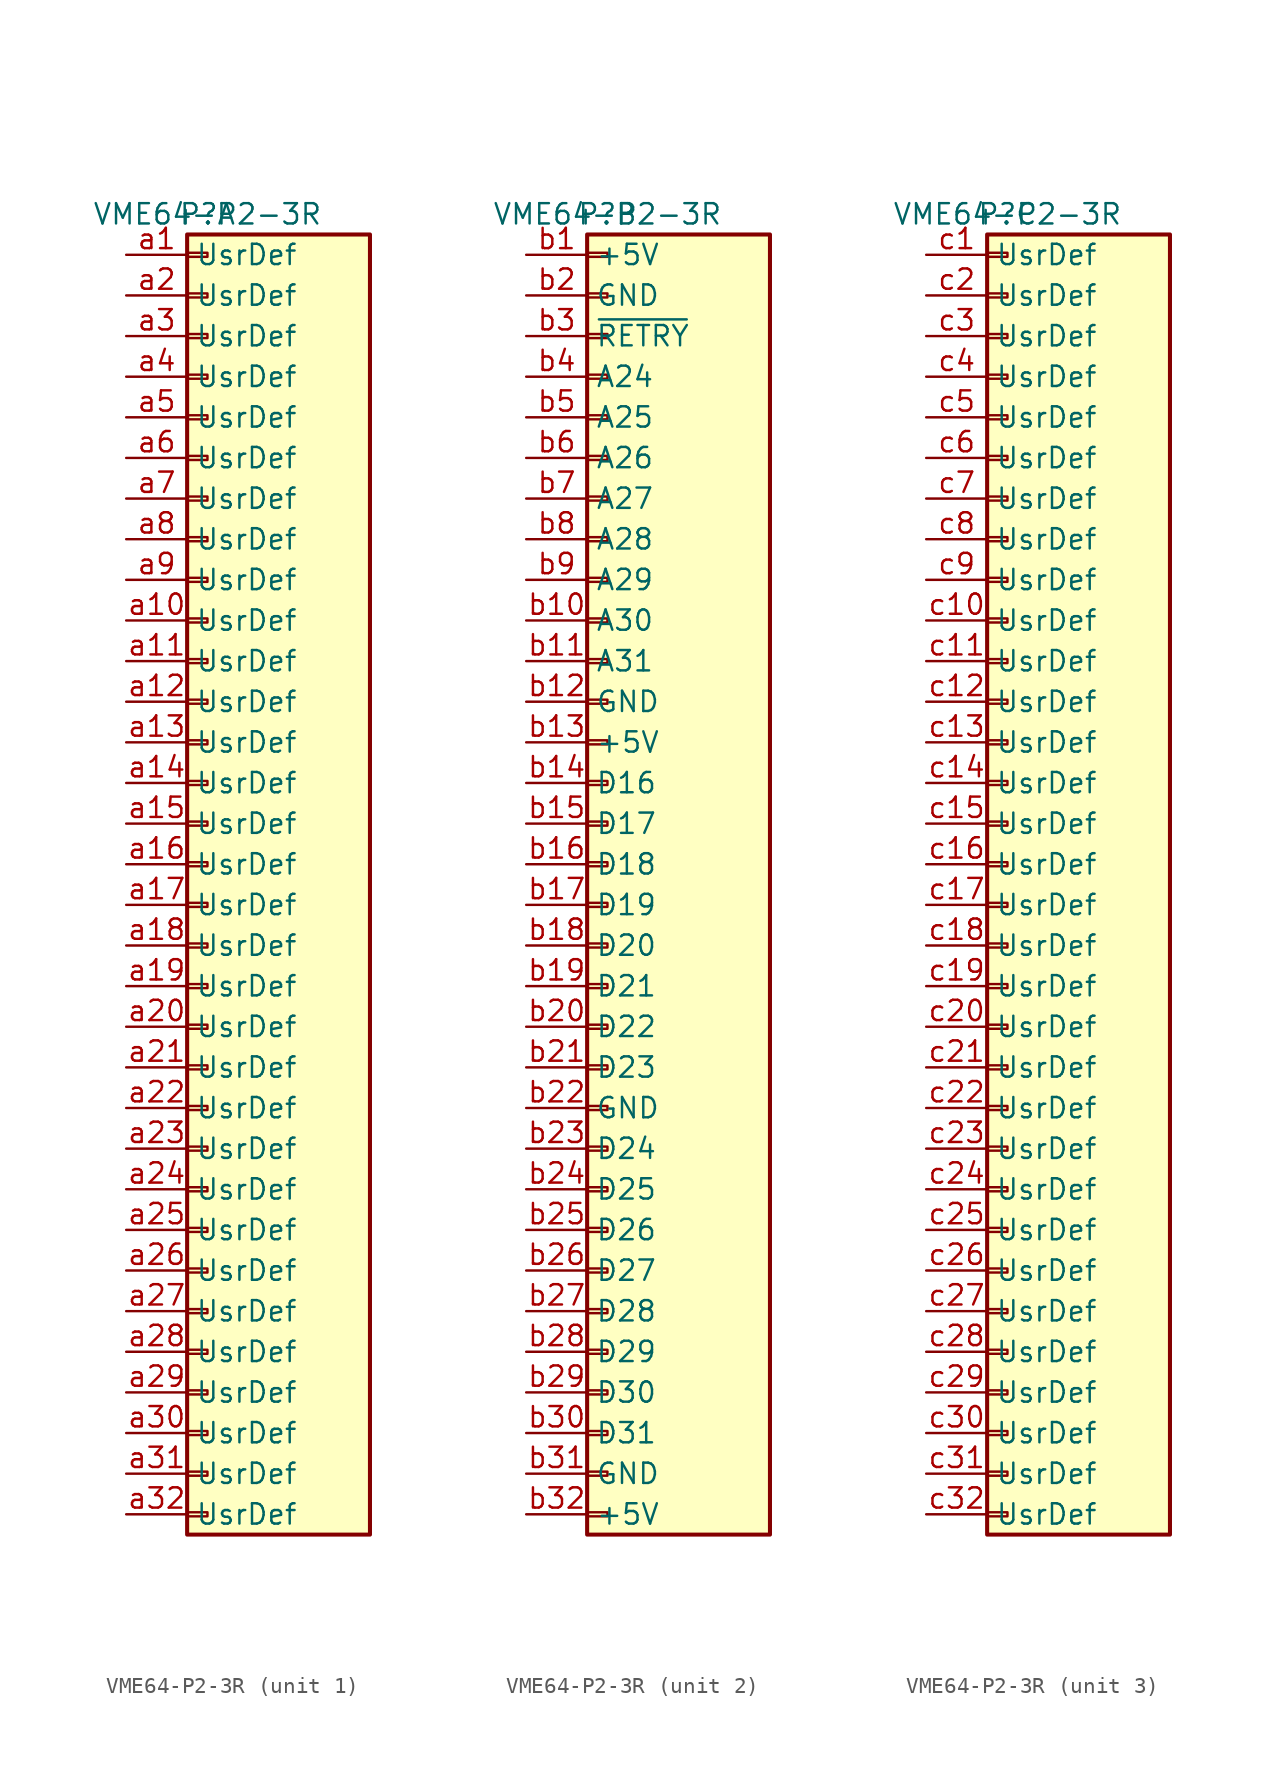
<source format=kicad_sym>
(kicad_symbol_lib
  (version 20231120)
  (generator "kicad_symbol_editor")
  (generator_version "8.0")
  (symbol "VME64-P2-3R"
    (property "Reference" "P"
      (at 0 40.64 0)
      (effects (font (size 1.27 1.27))))
    (property "Value" "VME64-P2-3R"
      (at 0 40.64 0)
      (effects (font (size 1.27 1.27))))
    (property "ki_locked" ""
      (at 0 0 0)
      (effects (font (size 1.27 1.27))))
    (symbol "VME64-P2-3R_1_1"
      (rectangle (start -1.27 -40.513) (end 0 -40.767) (stroke (width 0.152) (type default)) (fill (type none)))
      (rectangle (start -1.27 -37.973) (end 0 -38.227) (stroke (width 0.152) (type default)) (fill (type none)))
      (rectangle (start -1.27 -35.433) (end 0 -35.687) (stroke (width 0.152) (type default)) (fill (type none)))
      (rectangle (start -1.27 -32.893) (end 0 -33.147) (stroke (width 0.152) (type default)) (fill (type none)))
      (rectangle (start -1.27 -30.353) (end 0 -30.607) (stroke (width 0.152) (type default)) (fill (type none)))
      (rectangle (start -1.27 -27.813) (end 0 -28.067) (stroke (width 0.152) (type default)) (fill (type none)))
      (rectangle (start -1.27 -25.273) (end 0 -25.527) (stroke (width 0.152) (type default)) (fill (type none)))
      (rectangle (start -1.27 -22.733) (end 0 -22.987) (stroke (width 0.152) (type default)) (fill (type none)))
      (rectangle (start -1.27 -20.193) (end 0 -20.447) (stroke (width 0.152) (type default)) (fill (type none)))
      (rectangle (start -1.27 -17.653) (end 0 -17.907) (stroke (width 0.152) (type default)) (fill (type none)))
      (rectangle (start -1.27 -15.113) (end 0 -15.367) (stroke (width 0.152) (type default)) (fill (type none)))
      (rectangle (start -1.27 -12.573) (end 0 -12.827) (stroke (width 0.152) (type default)) (fill (type none)))
      (rectangle (start -1.27 -10.033) (end 0 -10.287) (stroke (width 0.152) (type default)) (fill (type none)))
      (rectangle (start -1.27 -7.493) (end 0 -7.747) (stroke (width 0.152) (type default)) (fill (type none)))
      (rectangle (start -1.27 -4.953) (end 0 -5.207) (stroke (width 0.152) (type default)) (fill (type none)))
      (rectangle (start -1.27 -2.413) (end 0 -2.667) (stroke (width 0.152) (type default)) (fill (type none)))
      (rectangle (start -1.27 0.127) (end 0 -0.127) (stroke (width 0.152) (type default)) (fill (type none)))
      (rectangle (start -1.27 2.667) (end 0 2.413) (stroke (width 0.152) (type default)) (fill (type none)))
      (rectangle (start -1.27 5.207) (end 0 4.953) (stroke (width 0.152) (type default)) (fill (type none)))
      (rectangle (start -1.27 7.747) (end 0 7.493) (stroke (width 0.152) (type default)) (fill (type none)))
      (rectangle (start -1.27 10.287) (end 0 10.033) (stroke (width 0.152) (type default)) (fill (type none)))
      (rectangle (start -1.27 12.827) (end 0 12.573) (stroke (width 0.152) (type default)) (fill (type none)))
      (rectangle (start -1.27 15.367) (end 0 15.113) (stroke (width 0.152) (type default)) (fill (type none)))
      (rectangle (start -1.27 17.907) (end 0 17.653) (stroke (width 0.152) (type default)) (fill (type none)))
      (rectangle (start -1.27 20.447) (end 0 20.193) (stroke (width 0.152) (type default)) (fill (type none)))
      (rectangle (start -1.27 22.987) (end 0 22.733) (stroke (width 0.152) (type default)) (fill (type none)))
      (rectangle (start -1.27 25.527) (end 0 25.273) (stroke (width 0.152) (type default)) (fill (type none)))
      (rectangle (start -1.27 28.067) (end 0 27.813) (stroke (width 0.152) (type default)) (fill (type none)))
      (rectangle (start -1.27 30.607) (end 0 30.353) (stroke (width 0.152) (type default)) (fill (type none)))
      (rectangle (start -1.27 33.147) (end 0 32.893) (stroke (width 0.152) (type default)) (fill (type none)))
      (rectangle (start -1.27 35.687) (end 0 35.433) (stroke (width 0.152) (type default)) (fill (type none)))
      (rectangle (start -1.27 38.227) (end 0 37.973) (stroke (width 0.152) (type default)) (fill (type none)))
      (rectangle (start -1.27 39.37) (end 10.16 -41.91) (stroke (width 0.254) (type default)) (fill (type background)))
      (pin bidirectional line (at -5.08 38.1 0) (length 3.81) (name "UsrDef" (effects (font (size 1.27 1.27)))) (number "a1" (effects (font (size 1.27 1.27)))))
      (pin bidirectional line (at -5.08 15.24 0) (length 3.81) (name "UsrDef" (effects (font (size 1.27 1.27)))) (number "a10" (effects (font (size 1.27 1.27)))))
      (pin bidirectional line (at -5.08 12.7 0) (length 3.81) (name "UsrDef" (effects (font (size 1.27 1.27)))) (number "a11" (effects (font (size 1.27 1.27)))))
      (pin bidirectional line (at -5.08 10.16 0) (length 3.81) (name "UsrDef" (effects (font (size 1.27 1.27)))) (number "a12" (effects (font (size 1.27 1.27)))))
      (pin bidirectional line (at -5.08 7.62 0) (length 3.81) (name "UsrDef" (effects (font (size 1.27 1.27)))) (number "a13" (effects (font (size 1.27 1.27)))))
      (pin bidirectional line (at -5.08 5.08 0) (length 3.81) (name "UsrDef" (effects (font (size 1.27 1.27)))) (number "a14" (effects (font (size 1.27 1.27)))))
      (pin bidirectional line (at -5.08 2.54 0) (length 3.81) (name "UsrDef" (effects (font (size 1.27 1.27)))) (number "a15" (effects (font (size 1.27 1.27)))))
      (pin bidirectional line (at -5.08 0 0) (length 3.81) (name "UsrDef" (effects (font (size 1.27 1.27)))) (number "a16" (effects (font (size 1.27 1.27)))))
      (pin bidirectional line (at -5.08 -2.54 0) (length 3.81) (name "UsrDef" (effects (font (size 1.27 1.27)))) (number "a17" (effects (font (size 1.27 1.27)))))
      (pin bidirectional line (at -5.08 -5.08 0) (length 3.81) (name "UsrDef" (effects (font (size 1.27 1.27)))) (number "a18" (effects (font (size 1.27 1.27)))))
      (pin bidirectional line (at -5.08 -7.62 0) (length 3.81) (name "UsrDef" (effects (font (size 1.27 1.27)))) (number "a19" (effects (font (size 1.27 1.27)))))
      (pin bidirectional line (at -5.08 35.56 0) (length 3.81) (name "UsrDef" (effects (font (size 1.27 1.27)))) (number "a2" (effects (font (size 1.27 1.27)))))
      (pin bidirectional line (at -5.08 -10.16 0) (length 3.81) (name "UsrDef" (effects (font (size 1.27 1.27)))) (number "a20" (effects (font (size 1.27 1.27)))))
      (pin bidirectional line (at -5.08 -12.7 0) (length 3.81) (name "UsrDef" (effects (font (size 1.27 1.27)))) (number "a21" (effects (font (size 1.27 1.27)))))
      (pin bidirectional line (at -5.08 -15.24 0) (length 3.81) (name "UsrDef" (effects (font (size 1.27 1.27)))) (number "a22" (effects (font (size 1.27 1.27)))))
      (pin bidirectional line (at -5.08 -17.78 0) (length 3.81) (name "UsrDef" (effects (font (size 1.27 1.27)))) (number "a23" (effects (font (size 1.27 1.27)))))
      (pin bidirectional line (at -5.08 -20.32 0) (length 3.81) (name "UsrDef" (effects (font (size 1.27 1.27)))) (number "a24" (effects (font (size 1.27 1.27)))))
      (pin bidirectional line (at -5.08 -22.86 0) (length 3.81) (name "UsrDef" (effects (font (size 1.27 1.27)))) (number "a25" (effects (font (size 1.27 1.27)))))
      (pin bidirectional line (at -5.08 -25.4 0) (length 3.81) (name "UsrDef" (effects (font (size 1.27 1.27)))) (number "a26" (effects (font (size 1.27 1.27)))))
      (pin bidirectional line (at -5.08 -27.94 0) (length 3.81) (name "UsrDef" (effects (font (size 1.27 1.27)))) (number "a27" (effects (font (size 1.27 1.27)))))
      (pin bidirectional line (at -5.08 -30.48 0) (length 3.81) (name "UsrDef" (effects (font (size 1.27 1.27)))) (number "a28" (effects (font (size 1.27 1.27)))))
      (pin bidirectional line (at -5.08 -33.02 0) (length 3.81) (name "UsrDef" (effects (font (size 1.27 1.27)))) (number "a29" (effects (font (size 1.27 1.27)))))
      (pin bidirectional line (at -5.08 33.02 0) (length 3.81) (name "UsrDef" (effects (font (size 1.27 1.27)))) (number "a3" (effects (font (size 1.27 1.27)))))
      (pin bidirectional line (at -5.08 -35.56 0) (length 3.81) (name "UsrDef" (effects (font (size 1.27 1.27)))) (number "a30" (effects (font (size 1.27 1.27)))))
      (pin bidirectional line (at -5.08 -38.1 0) (length 3.81) (name "UsrDef" (effects (font (size 1.27 1.27)))) (number "a31" (effects (font (size 1.27 1.27)))))
      (pin bidirectional line (at -5.08 -40.64 0) (length 3.81) (name "UsrDef" (effects (font (size 1.27 1.27)))) (number "a32" (effects (font (size 1.27 1.27)))))
      (pin bidirectional line (at -5.08 30.48 0) (length 3.81) (name "UsrDef" (effects (font (size 1.27 1.27)))) (number "a4" (effects (font (size 1.27 1.27)))))
      (pin bidirectional line (at -5.08 27.94 0) (length 3.81) (name "UsrDef" (effects (font (size 1.27 1.27)))) (number "a5" (effects (font (size 1.27 1.27)))))
      (pin bidirectional line (at -5.08 25.4 0) (length 3.81) (name "UsrDef" (effects (font (size 1.27 1.27)))) (number "a6" (effects (font (size 1.27 1.27)))))
      (pin bidirectional line (at -5.08 22.86 0) (length 3.81) (name "UsrDef" (effects (font (size 1.27 1.27)))) (number "a7" (effects (font (size 1.27 1.27)))))
      (pin bidirectional line (at -5.08 20.32 0) (length 3.81) (name "UsrDef" (effects (font (size 1.27 1.27)))) (number "a8" (effects (font (size 1.27 1.27)))))
      (pin bidirectional line (at -5.08 17.78 0) (length 3.81) (name "UsrDef" (effects (font (size 1.27 1.27)))) (number "a9" (effects (font (size 1.27 1.27))))))
    (symbol "VME64-P2-3R_2_1"
      (rectangle (start -1.27 -40.513) (end 0 -40.767) (stroke (width 0.152) (type default)) (fill (type none)))
      (rectangle (start -1.27 -37.973) (end 0 -38.227) (stroke (width 0.152) (type default)) (fill (type none)))
      (rectangle (start -1.27 -35.433) (end 0 -35.687) (stroke (width 0.152) (type default)) (fill (type none)))
      (rectangle (start -1.27 -32.893) (end 0 -33.147) (stroke (width 0.152) (type default)) (fill (type none)))
      (rectangle (start -1.27 -30.353) (end 0 -30.607) (stroke (width 0.152) (type default)) (fill (type none)))
      (rectangle (start -1.27 -27.813) (end 0 -28.067) (stroke (width 0.152) (type default)) (fill (type none)))
      (rectangle (start -1.27 -25.273) (end 0 -25.527) (stroke (width 0.152) (type default)) (fill (type none)))
      (rectangle (start -1.27 -22.733) (end 0 -22.987) (stroke (width 0.152) (type default)) (fill (type none)))
      (rectangle (start -1.27 -20.193) (end 0 -20.447) (stroke (width 0.152) (type default)) (fill (type none)))
      (rectangle (start -1.27 -17.653) (end 0 -17.907) (stroke (width 0.152) (type default)) (fill (type none)))
      (rectangle (start -1.27 -15.113) (end 0 -15.367) (stroke (width 0.152) (type default)) (fill (type none)))
      (rectangle (start -1.27 -12.573) (end 0 -12.827) (stroke (width 0.152) (type default)) (fill (type none)))
      (rectangle (start -1.27 -10.033) (end 0 -10.287) (stroke (width 0.152) (type default)) (fill (type none)))
      (rectangle (start -1.27 -7.493) (end 0 -7.747) (stroke (width 0.152) (type default)) (fill (type none)))
      (rectangle (start -1.27 -4.953) (end 0 -5.207) (stroke (width 0.152) (type default)) (fill (type none)))
      (rectangle (start -1.27 -2.413) (end 0 -2.667) (stroke (width 0.152) (type default)) (fill (type none)))
      (rectangle (start -1.27 0.127) (end 0 -0.127) (stroke (width 0.152) (type default)) (fill (type none)))
      (rectangle (start -1.27 2.667) (end 0 2.413) (stroke (width 0.152) (type default)) (fill (type none)))
      (rectangle (start -1.27 5.207) (end 0 4.953) (stroke (width 0.152) (type default)) (fill (type none)))
      (rectangle (start -1.27 7.747) (end 0 7.493) (stroke (width 0.152) (type default)) (fill (type none)))
      (rectangle (start -1.27 10.287) (end 0 10.033) (stroke (width 0.152) (type default)) (fill (type none)))
      (rectangle (start -1.27 12.827) (end 0 12.573) (stroke (width 0.152) (type default)) (fill (type none)))
      (rectangle (start -1.27 15.367) (end 0 15.113) (stroke (width 0.152) (type default)) (fill (type none)))
      (rectangle (start -1.27 17.907) (end 0 17.653) (stroke (width 0.152) (type default)) (fill (type none)))
      (rectangle (start -1.27 20.447) (end 0 20.193) (stroke (width 0.152) (type default)) (fill (type none)))
      (rectangle (start -1.27 22.987) (end 0 22.733) (stroke (width 0.152) (type default)) (fill (type none)))
      (rectangle (start -1.27 25.527) (end 0 25.273) (stroke (width 0.152) (type default)) (fill (type none)))
      (rectangle (start -1.27 28.067) (end 0 27.813) (stroke (width 0.152) (type default)) (fill (type none)))
      (rectangle (start -1.27 30.607) (end 0 30.353) (stroke (width 0.152) (type default)) (fill (type none)))
      (rectangle (start -1.27 33.147) (end 0 32.893) (stroke (width 0.152) (type default)) (fill (type none)))
      (rectangle (start -1.27 35.687) (end 0 35.433) (stroke (width 0.152) (type default)) (fill (type none)))
      (rectangle (start -1.27 38.227) (end 0 37.973) (stroke (width 0.152) (type default)) (fill (type none)))
      (rectangle (start -1.27 39.37) (end 10.16 -41.91) (stroke (width 0.254) (type default)) (fill (type background)))
      (pin power_out line (at -5.08 38.1 0) (length 3.81) (name "+5V" (effects (font (size 1.27 1.27)))) (number "b1" (effects (font (size 1.27 1.27)))))
      (pin bidirectional line (at -5.08 15.24 0) (length 3.81) (name "A30" (effects (font (size 1.27 1.27)))) (number "b10" (effects (font (size 1.27 1.27)))))
      (pin bidirectional line (at -5.08 12.7 0) (length 3.81) (name "A31" (effects (font (size 1.27 1.27)))) (number "b11" (effects (font (size 1.27 1.27)))))
      (pin power_out line (at -5.08 10.16 0) (length 3.81) (name "GND" (effects (font (size 1.27 1.27)))) (number "b12" (effects (font (size 1.27 1.27)))))
      (pin power_out line (at -5.08 7.62 0) (length 3.81) (name "+5V" (effects (font (size 1.27 1.27)))) (number "b13" (effects (font (size 1.27 1.27)))))
      (pin bidirectional line (at -5.08 5.08 0) (length 3.81) (name "D16" (effects (font (size 1.27 1.27)))) (number "b14" (effects (font (size 1.27 1.27)))))
      (pin bidirectional line (at -5.08 2.54 0) (length 3.81) (name "D17" (effects (font (size 1.27 1.27)))) (number "b15" (effects (font (size 1.27 1.27)))))
      (pin bidirectional line (at -5.08 0 0) (length 3.81) (name "D18" (effects (font (size 1.27 1.27)))) (number "b16" (effects (font (size 1.27 1.27)))))
      (pin bidirectional line (at -5.08 -2.54 0) (length 3.81) (name "D19" (effects (font (size 1.27 1.27)))) (number "b17" (effects (font (size 1.27 1.27)))))
      (pin bidirectional line (at -5.08 -5.08 0) (length 3.81) (name "D20" (effects (font (size 1.27 1.27)))) (number "b18" (effects (font (size 1.27 1.27)))))
      (pin bidirectional line (at -5.08 -7.62 0) (length 3.81) (name "D21" (effects (font (size 1.27 1.27)))) (number "b19" (effects (font (size 1.27 1.27)))))
      (pin power_out line (at -5.08 35.56 0) (length 3.81) (name "GND" (effects (font (size 1.27 1.27)))) (number "b2" (effects (font (size 1.27 1.27)))))
      (pin bidirectional line (at -5.08 -10.16 0) (length 3.81) (name "D22" (effects (font (size 1.27 1.27)))) (number "b20" (effects (font (size 1.27 1.27)))))
      (pin bidirectional line (at -5.08 -12.7 0) (length 3.81) (name "D23" (effects (font (size 1.27 1.27)))) (number "b21" (effects (font (size 1.27 1.27)))))
      (pin power_out line (at -5.08 -15.24 0) (length 3.81) (name "GND" (effects (font (size 1.27 1.27)))) (number "b22" (effects (font (size 1.27 1.27)))))
      (pin bidirectional line (at -5.08 -17.78 0) (length 3.81) (name "D24" (effects (font (size 1.27 1.27)))) (number "b23" (effects (font (size 1.27 1.27)))))
      (pin bidirectional line (at -5.08 -20.32 0) (length 3.81) (name "D25" (effects (font (size 1.27 1.27)))) (number "b24" (effects (font (size 1.27 1.27)))))
      (pin bidirectional line (at -5.08 -22.86 0) (length 3.81) (name "D26" (effects (font (size 1.27 1.27)))) (number "b25" (effects (font (size 1.27 1.27)))))
      (pin bidirectional line (at -5.08 -25.4 0) (length 3.81) (name "D27" (effects (font (size 1.27 1.27)))) (number "b26" (effects (font (size 1.27 1.27)))))
      (pin bidirectional line (at -5.08 -27.94 0) (length 3.81) (name "D28" (effects (font (size 1.27 1.27)))) (number "b27" (effects (font (size 1.27 1.27)))))
      (pin bidirectional line (at -5.08 -30.48 0) (length 3.81) (name "D29" (effects (font (size 1.27 1.27)))) (number "b28" (effects (font (size 1.27 1.27)))))
      (pin bidirectional line (at -5.08 -33.02 0) (length 3.81) (name "D30" (effects (font (size 1.27 1.27)))) (number "b29" (effects (font (size 1.27 1.27)))))
      (pin bidirectional line (at -5.08 33.02 0) (length 3.81) (name "~{RETRY}" (effects (font (size 1.27 1.27)))) (number "b3" (effects (font (size 1.27 1.27)))))
      (pin bidirectional line (at -5.08 -35.56 0) (length 3.81) (name "D31" (effects (font (size 1.27 1.27)))) (number "b30" (effects (font (size 1.27 1.27)))))
      (pin power_out line (at -5.08 -38.1 0) (length 3.81) (name "GND" (effects (font (size 1.27 1.27)))) (number "b31" (effects (font (size 1.27 1.27)))))
      (pin power_out line (at -5.08 -40.64 0) (length 3.81) (name "+5V" (effects (font (size 1.27 1.27)))) (number "b32" (effects (font (size 1.27 1.27)))))
      (pin bidirectional line (at -5.08 30.48 0) (length 3.81) (name "A24" (effects (font (size 1.27 1.27)))) (number "b4" (effects (font (size 1.27 1.27)))))
      (pin bidirectional line (at -5.08 27.94 0) (length 3.81) (name "A25" (effects (font (size 1.27 1.27)))) (number "b5" (effects (font (size 1.27 1.27)))))
      (pin bidirectional line (at -5.08 25.4 0) (length 3.81) (name "A26" (effects (font (size 1.27 1.27)))) (number "b6" (effects (font (size 1.27 1.27)))))
      (pin bidirectional line (at -5.08 22.86 0) (length 3.81) (name "A27" (effects (font (size 1.27 1.27)))) (number "b7" (effects (font (size 1.27 1.27)))))
      (pin bidirectional line (at -5.08 20.32 0) (length 3.81) (name "A28" (effects (font (size 1.27 1.27)))) (number "b8" (effects (font (size 1.27 1.27)))))
      (pin bidirectional line (at -5.08 17.78 0) (length 3.81) (name "A29" (effects (font (size 1.27 1.27)))) (number "b9" (effects (font (size 1.27 1.27))))))
    (symbol "VME64-P2-3R_3_1"
      (rectangle (start -1.27 -40.513) (end 0 -40.767) (stroke (width 0.152) (type default)) (fill (type none)))
      (rectangle (start -1.27 -37.973) (end 0 -38.227) (stroke (width 0.152) (type default)) (fill (type none)))
      (rectangle (start -1.27 -35.433) (end 0 -35.687) (stroke (width 0.152) (type default)) (fill (type none)))
      (rectangle (start -1.27 -32.893) (end 0 -33.147) (stroke (width 0.152) (type default)) (fill (type none)))
      (rectangle (start -1.27 -30.353) (end 0 -30.607) (stroke (width 0.152) (type default)) (fill (type none)))
      (rectangle (start -1.27 -27.813) (end 0 -28.067) (stroke (width 0.152) (type default)) (fill (type none)))
      (rectangle (start -1.27 -25.273) (end 0 -25.527) (stroke (width 0.152) (type default)) (fill (type none)))
      (rectangle (start -1.27 -22.733) (end 0 -22.987) (stroke (width 0.152) (type default)) (fill (type none)))
      (rectangle (start -1.27 -20.193) (end 0 -20.447) (stroke (width 0.152) (type default)) (fill (type none)))
      (rectangle (start -1.27 -17.653) (end 0 -17.907) (stroke (width 0.152) (type default)) (fill (type none)))
      (rectangle (start -1.27 -15.113) (end 0 -15.367) (stroke (width 0.152) (type default)) (fill (type none)))
      (rectangle (start -1.27 -12.573) (end 0 -12.827) (stroke (width 0.152) (type default)) (fill (type none)))
      (rectangle (start -1.27 -10.033) (end 0 -10.287) (stroke (width 0.152) (type default)) (fill (type none)))
      (rectangle (start -1.27 -7.493) (end 0 -7.747) (stroke (width 0.152) (type default)) (fill (type none)))
      (rectangle (start -1.27 -4.953) (end 0 -5.207) (stroke (width 0.152) (type default)) (fill (type none)))
      (rectangle (start -1.27 -2.413) (end 0 -2.667) (stroke (width 0.152) (type default)) (fill (type none)))
      (rectangle (start -1.27 0.127) (end 0 -0.127) (stroke (width 0.152) (type default)) (fill (type none)))
      (rectangle (start -1.27 2.667) (end 0 2.413) (stroke (width 0.152) (type default)) (fill (type none)))
      (rectangle (start -1.27 5.207) (end 0 4.953) (stroke (width 0.152) (type default)) (fill (type none)))
      (rectangle (start -1.27 7.747) (end 0 7.493) (stroke (width 0.152) (type default)) (fill (type none)))
      (rectangle (start -1.27 10.287) (end 0 10.033) (stroke (width 0.152) (type default)) (fill (type none)))
      (rectangle (start -1.27 12.827) (end 0 12.573) (stroke (width 0.152) (type default)) (fill (type none)))
      (rectangle (start -1.27 15.367) (end 0 15.113) (stroke (width 0.152) (type default)) (fill (type none)))
      (rectangle (start -1.27 17.907) (end 0 17.653) (stroke (width 0.152) (type default)) (fill (type none)))
      (rectangle (start -1.27 20.447) (end 0 20.193) (stroke (width 0.152) (type default)) (fill (type none)))
      (rectangle (start -1.27 22.987) (end 0 22.733) (stroke (width 0.152) (type default)) (fill (type none)))
      (rectangle (start -1.27 25.527) (end 0 25.273) (stroke (width 0.152) (type default)) (fill (type none)))
      (rectangle (start -1.27 28.067) (end 0 27.813) (stroke (width 0.152) (type default)) (fill (type none)))
      (rectangle (start -1.27 30.607) (end 0 30.353) (stroke (width 0.152) (type default)) (fill (type none)))
      (rectangle (start -1.27 33.147) (end 0 32.893) (stroke (width 0.152) (type default)) (fill (type none)))
      (rectangle (start -1.27 35.687) (end 0 35.433) (stroke (width 0.152) (type default)) (fill (type none)))
      (rectangle (start -1.27 38.227) (end 0 37.973) (stroke (width 0.152) (type default)) (fill (type none)))
      (rectangle (start -1.27 39.37) (end 10.16 -41.91) (stroke (width 0.254) (type default)) (fill (type background)))
      (pin bidirectional line (at -5.08 38.1 0) (length 3.81) (name "UsrDef" (effects (font (size 1.27 1.27)))) (number "c1" (effects (font (size 1.27 1.27)))))
      (pin bidirectional line (at -5.08 15.24 0) (length 3.81) (name "UsrDef" (effects (font (size 1.27 1.27)))) (number "c10" (effects (font (size 1.27 1.27)))))
      (pin bidirectional line (at -5.08 12.7 0) (length 3.81) (name "UsrDef" (effects (font (size 1.27 1.27)))) (number "c11" (effects (font (size 1.27 1.27)))))
      (pin bidirectional line (at -5.08 10.16 0) (length 3.81) (name "UsrDef" (effects (font (size 1.27 1.27)))) (number "c12" (effects (font (size 1.27 1.27)))))
      (pin bidirectional line (at -5.08 7.62 0) (length 3.81) (name "UsrDef" (effects (font (size 1.27 1.27)))) (number "c13" (effects (font (size 1.27 1.27)))))
      (pin bidirectional line (at -5.08 5.08 0) (length 3.81) (name "UsrDef" (effects (font (size 1.27 1.27)))) (number "c14" (effects (font (size 1.27 1.27)))))
      (pin bidirectional line (at -5.08 2.54 0) (length 3.81) (name "UsrDef" (effects (font (size 1.27 1.27)))) (number "c15" (effects (font (size 1.27 1.27)))))
      (pin bidirectional line (at -5.08 0 0) (length 3.81) (name "UsrDef" (effects (font (size 1.27 1.27)))) (number "c16" (effects (font (size 1.27 1.27)))))
      (pin bidirectional line (at -5.08 -2.54 0) (length 3.81) (name "UsrDef" (effects (font (size 1.27 1.27)))) (number "c17" (effects (font (size 1.27 1.27)))))
      (pin bidirectional line (at -5.08 -5.08 0) (length 3.81) (name "UsrDef" (effects (font (size 1.27 1.27)))) (number "c18" (effects (font (size 1.27 1.27)))))
      (pin bidirectional line (at -5.08 -7.62 0) (length 3.81) (name "UsrDef" (effects (font (size 1.27 1.27)))) (number "c19" (effects (font (size 1.27 1.27)))))
      (pin bidirectional line (at -5.08 35.56 0) (length 3.81) (name "UsrDef" (effects (font (size 1.27 1.27)))) (number "c2" (effects (font (size 1.27 1.27)))))
      (pin bidirectional line (at -5.08 -10.16 0) (length 3.81) (name "UsrDef" (effects (font (size 1.27 1.27)))) (number "c20" (effects (font (size 1.27 1.27)))))
      (pin bidirectional line (at -5.08 -12.7 0) (length 3.81) (name "UsrDef" (effects (font (size 1.27 1.27)))) (number "c21" (effects (font (size 1.27 1.27)))))
      (pin bidirectional line (at -5.08 -15.24 0) (length 3.81) (name "UsrDef" (effects (font (size 1.27 1.27)))) (number "c22" (effects (font (size 1.27 1.27)))))
      (pin bidirectional line (at -5.08 -17.78 0) (length 3.81) (name "UsrDef" (effects (font (size 1.27 1.27)))) (number "c23" (effects (font (size 1.27 1.27)))))
      (pin bidirectional line (at -5.08 -20.32 0) (length 3.81) (name "UsrDef" (effects (font (size 1.27 1.27)))) (number "c24" (effects (font (size 1.27 1.27)))))
      (pin bidirectional line (at -5.08 -22.86 0) (length 3.81) (name "UsrDef" (effects (font (size 1.27 1.27)))) (number "c25" (effects (font (size 1.27 1.27)))))
      (pin bidirectional line (at -5.08 -25.4 0) (length 3.81) (name "UsrDef" (effects (font (size 1.27 1.27)))) (number "c26" (effects (font (size 1.27 1.27)))))
      (pin bidirectional line (at -5.08 -27.94 0) (length 3.81) (name "UsrDef" (effects (font (size 1.27 1.27)))) (number "c27" (effects (font (size 1.27 1.27)))))
      (pin bidirectional line (at -5.08 -30.48 0) (length 3.81) (name "UsrDef" (effects (font (size 1.27 1.27)))) (number "c28" (effects (font (size 1.27 1.27)))))
      (pin bidirectional line (at -5.08 -33.02 0) (length 3.81) (name "UsrDef" (effects (font (size 1.27 1.27)))) (number "c29" (effects (font (size 1.27 1.27)))))
      (pin bidirectional line (at -5.08 33.02 0) (length 3.81) (name "UsrDef" (effects (font (size 1.27 1.27)))) (number "c3" (effects (font (size 1.27 1.27)))))
      (pin bidirectional line (at -5.08 -35.56 0) (length 3.81) (name "UsrDef" (effects (font (size 1.27 1.27)))) (number "c30" (effects (font (size 1.27 1.27)))))
      (pin bidirectional line (at -5.08 -38.1 0) (length 3.81) (name "UsrDef" (effects (font (size 1.27 1.27)))) (number "c31" (effects (font (size 1.27 1.27)))))
      (pin bidirectional line (at -5.08 -40.64 0) (length 3.81) (name "UsrDef" (effects (font (size 1.27 1.27)))) (number "c32" (effects (font (size 1.27 1.27)))))
      (pin bidirectional line (at -5.08 30.48 0) (length 3.81) (name "UsrDef" (effects (font (size 1.27 1.27)))) (number "c4" (effects (font (size 1.27 1.27)))))
      (pin bidirectional line (at -5.08 27.94 0) (length 3.81) (name "UsrDef" (effects (font (size 1.27 1.27)))) (number "c5" (effects (font (size 1.27 1.27)))))
      (pin bidirectional line (at -5.08 25.4 0) (length 3.81) (name "UsrDef" (effects (font (size 1.27 1.27)))) (number "c6" (effects (font (size 1.27 1.27)))))
      (pin bidirectional line (at -5.08 22.86 0) (length 3.81) (name "UsrDef" (effects (font (size 1.27 1.27)))) (number "c7" (effects (font (size 1.27 1.27)))))
      (pin bidirectional line (at -5.08 20.32 0) (length 3.81) (name "UsrDef" (effects (font (size 1.27 1.27)))) (number "c8" (effects (font (size 1.27 1.27)))))
      (pin bidirectional line (at -5.08 17.78 0) (length 3.81) (name "UsrDef" (effects (font (size 1.27 1.27)))) (number "c9" (effects (font (size 1.27 1.27))))))))
</source>
